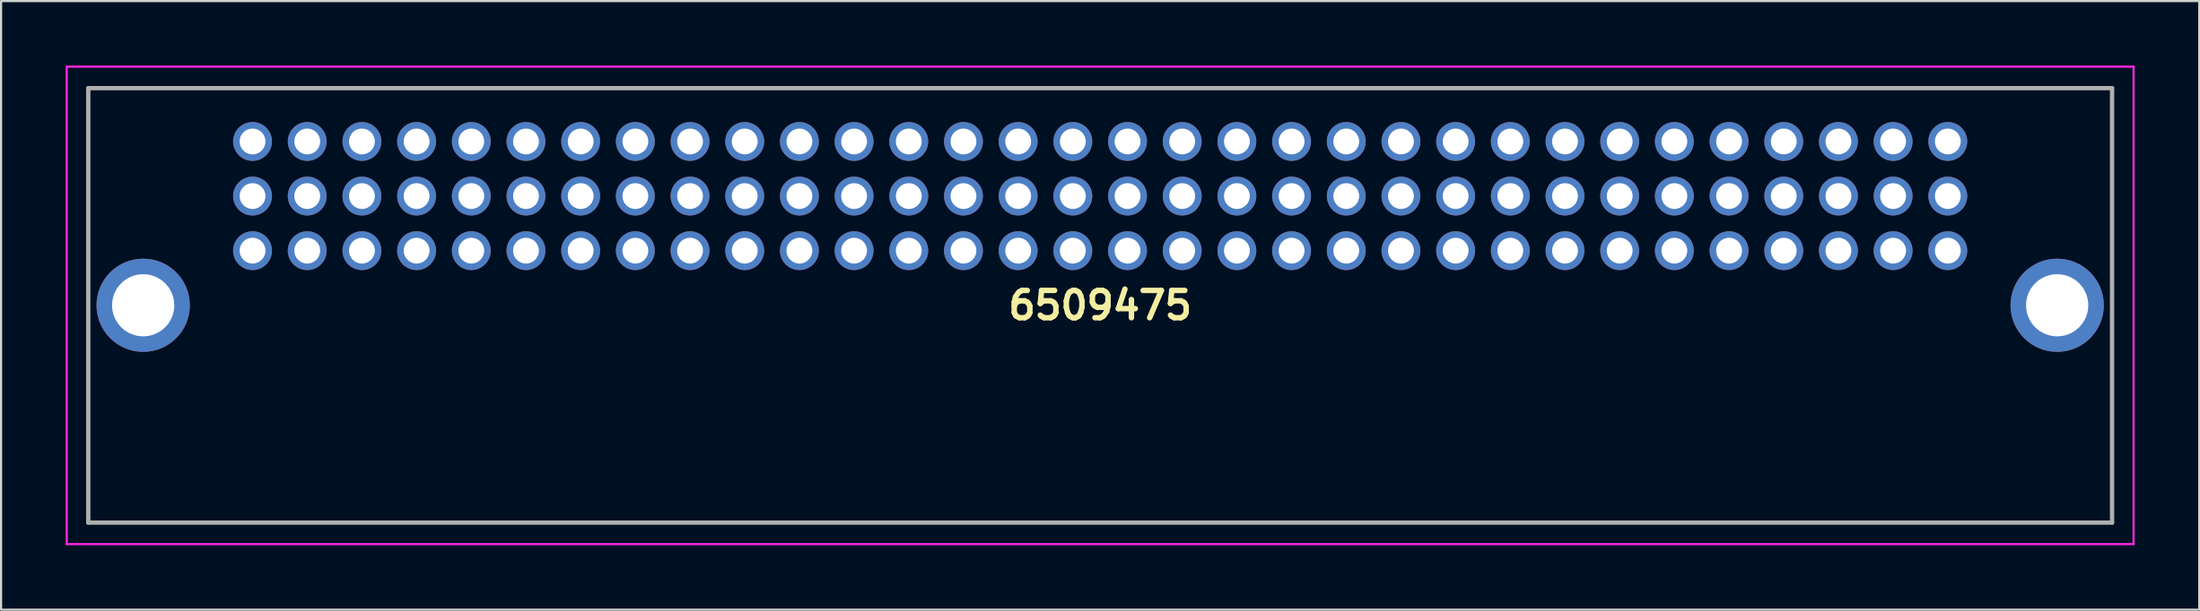
<source format=kicad_pcb>
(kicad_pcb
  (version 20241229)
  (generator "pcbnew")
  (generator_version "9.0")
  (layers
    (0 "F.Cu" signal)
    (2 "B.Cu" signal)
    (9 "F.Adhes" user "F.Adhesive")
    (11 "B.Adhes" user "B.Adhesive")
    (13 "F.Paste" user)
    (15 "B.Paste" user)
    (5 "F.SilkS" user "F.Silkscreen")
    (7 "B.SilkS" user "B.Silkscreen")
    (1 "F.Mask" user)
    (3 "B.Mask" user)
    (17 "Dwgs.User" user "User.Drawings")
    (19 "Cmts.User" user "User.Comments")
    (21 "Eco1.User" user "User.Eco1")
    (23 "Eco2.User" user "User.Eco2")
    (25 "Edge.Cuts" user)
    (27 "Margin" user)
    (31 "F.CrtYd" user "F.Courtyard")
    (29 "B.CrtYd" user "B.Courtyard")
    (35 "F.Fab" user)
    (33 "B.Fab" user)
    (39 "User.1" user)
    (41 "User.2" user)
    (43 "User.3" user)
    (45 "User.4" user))
  (footprint "6509475"
    (layer "F.Cu")
    (at 87.42 8.61)
    (property "Reference" "6509475" (at -39.37 2.545 0) (layer "F.SilkS") (effects (font (size 1.27 1.27) (thickness 0.254))))
    (attr through_hole)
    (fp_line (start -86.37 -7.56) (end 7.63 -7.56) (stroke (width 0.1) (type solid)) (layer "F.SilkS"))
    (fp_line (start -86.37 12.65) (end -86.37 -7.56) (stroke (width 0.1) (type solid)) (layer "F.SilkS"))
    (fp_line (start 7.63 -7.56) (end 7.63 12.65) (stroke (width 0.1) (type solid)) (layer "F.SilkS"))
    (fp_line (start 7.63 12.65) (end -86.37 12.65) (stroke (width 0.1) (type solid)) (layer "F.SilkS"))
    (fp_line (start -87.37 -8.56) (end 8.63 -8.56) (stroke (width 0.1) (type solid)) (layer "F.CrtYd"))
    (fp_line (start -87.37 13.65) (end -87.37 -8.56) (stroke (width 0.1) (type solid)) (layer "F.CrtYd"))
    (fp_line (start 8.63 -8.56) (end 8.63 13.65) (stroke (width 0.1) (type solid)) (layer "F.CrtYd"))
    (fp_line (start 8.63 13.65) (end -87.37 13.65) (stroke (width 0.1) (type solid)) (layer "F.CrtYd"))
    (fp_line (start -86.37 -7.56) (end 7.63 -7.56) (stroke (width 0.2) (type solid)) (layer "F.Fab"))
    (fp_line (start -86.37 12.65) (end -86.37 -7.56) (stroke (width 0.2) (type solid)) (layer "F.Fab"))
    (fp_line (start 7.63 -7.56) (end 7.63 12.65) (stroke (width 0.2) (type solid)) (layer "F.Fab"))
    (fp_line (start 7.63 12.65) (end -86.37 12.65) (stroke (width 0.2) (type solid)) (layer "F.Fab"))
    (pad "A1" thru_hole circle (at 0 0) (size 1.805 1.805) (drill 1.2) (layers "*.Cu" "*.Mask"))
    (pad "A2" thru_hole circle (at -2.54 0) (size 1.805 1.805) (drill 1.2) (layers "*.Cu" "*.Mask"))
    (pad "A3" thru_hole circle (at -5.08 0) (size 1.805 1.805) (drill 1.2) (layers "*.Cu" "*.Mask"))
    (pad "A4" thru_hole circle (at -7.62 0) (size 1.805 1.805) (drill 1.2) (layers "*.Cu" "*.Mask"))
    (pad "A5" thru_hole circle (at -10.16 0) (size 1.805 1.805) (drill 1.2) (layers "*.Cu" "*.Mask"))
    (pad "A6" thru_hole circle (at -12.7 0) (size 1.805 1.805) (drill 1.2) (layers "*.Cu" "*.Mask"))
    (pad "A7" thru_hole circle (at -15.24 0) (size 1.805 1.805) (drill 1.2) (layers "*.Cu" "*.Mask"))
    (pad "A8" thru_hole circle (at -17.78 0) (size 1.805 1.805) (drill 1.2) (layers "*.Cu" "*.Mask"))
    (pad "A9" thru_hole circle (at -20.32 0) (size 1.805 1.805) (drill 1.2) (layers "*.Cu" "*.Mask"))
    (pad "A10" thru_hole circle (at -22.86 0) (size 1.805 1.805) (drill 1.2) (layers "*.Cu" "*.Mask"))
    (pad "A11" thru_hole circle (at -25.4 0) (size 1.805 1.805) (drill 1.2) (layers "*.Cu" "*.Mask"))
    (pad "A12" thru_hole circle (at -27.94 0) (size 1.805 1.805) (drill 1.2) (layers "*.Cu" "*.Mask"))
    (pad "A13" thru_hole circle (at -30.48 0) (size 1.805 1.805) (drill 1.2) (layers "*.Cu" "*.Mask"))
    (pad "A14" thru_hole circle (at -33.02 0) (size 1.805 1.805) (drill 1.2) (layers "*.Cu" "*.Mask"))
    (pad "A15" thru_hole circle (at -35.56 0) (size 1.805 1.805) (drill 1.2) (layers "*.Cu" "*.Mask"))
    (pad "A16" thru_hole circle (at -38.1 0) (size 1.805 1.805) (drill 1.2) (layers "*.Cu" "*.Mask"))
    (pad "A17" thru_hole circle (at -40.64 0) (size 1.805 1.805) (drill 1.2) (layers "*.Cu" "*.Mask"))
    (pad "A18" thru_hole circle (at -43.18 0) (size 1.805 1.805) (drill 1.2) (layers "*.Cu" "*.Mask"))
    (pad "A19" thru_hole circle (at -45.72 0) (size 1.805 1.805) (drill 1.2) (layers "*.Cu" "*.Mask"))
    (pad "A20" thru_hole circle (at -48.26 0) (size 1.805 1.805) (drill 1.2) (layers "*.Cu" "*.Mask"))
    (pad "A21" thru_hole circle (at -50.8 0) (size 1.805 1.805) (drill 1.2) (layers "*.Cu" "*.Mask"))
    (pad "A22" thru_hole circle (at -53.34 0) (size 1.805 1.805) (drill 1.2) (layers "*.Cu" "*.Mask"))
    (pad "A23" thru_hole circle (at -55.88 0) (size 1.805 1.805) (drill 1.2) (layers "*.Cu" "*.Mask"))
    (pad "A24" thru_hole circle (at -58.42 0) (size 1.805 1.805) (drill 1.2) (layers "*.Cu" "*.Mask"))
    (pad "A25" thru_hole circle (at -60.96 0) (size 1.805 1.805) (drill 1.2) (layers "*.Cu" "*.Mask"))
    (pad "A26" thru_hole circle (at -63.5 0) (size 1.805 1.805) (drill 1.2) (layers "*.Cu" "*.Mask"))
    (pad "A27" thru_hole circle (at -66.04 0) (size 1.805 1.805) (drill 1.2) (layers "*.Cu" "*.Mask"))
    (pad "A28" thru_hole circle (at -68.58 0) (size 1.805 1.805) (drill 1.2) (layers "*.Cu" "*.Mask"))
    (pad "A29" thru_hole circle (at -71.12 0) (size 1.805 1.805) (drill 1.2) (layers "*.Cu" "*.Mask"))
    (pad "A30" thru_hole circle (at -73.66 0) (size 1.805 1.805) (drill 1.2) (layers "*.Cu" "*.Mask"))
    (pad "A31" thru_hole circle (at -76.2 0) (size 1.805 1.805) (drill 1.2) (layers "*.Cu" "*.Mask"))
    (pad "A32" thru_hole circle (at -78.74 0) (size 1.805 1.805) (drill 1.2) (layers "*.Cu" "*.Mask"))
    (pad "B1" thru_hole circle (at 0 -2.54) (size 1.805 1.805) (drill 1.2) (layers "*.Cu" "*.Mask"))
    (pad "B2" thru_hole circle (at -2.54 -2.54) (size 1.805 1.805) (drill 1.2) (layers "*.Cu" "*.Mask"))
    (pad "B3" thru_hole circle (at -5.08 -2.54) (size 1.805 1.805) (drill 1.2) (layers "*.Cu" "*.Mask"))
    (pad "B4" thru_hole circle (at -7.62 -2.54) (size 1.805 1.805) (drill 1.2) (layers "*.Cu" "*.Mask"))
    (pad "B5" thru_hole circle (at -10.16 -2.54) (size 1.805 1.805) (drill 1.2) (layers "*.Cu" "*.Mask"))
    (pad "B6" thru_hole circle (at -12.7 -2.54) (size 1.805 1.805) (drill 1.2) (layers "*.Cu" "*.Mask"))
    (pad "B7" thru_hole circle (at -15.24 -2.54) (size 1.805 1.805) (drill 1.2) (layers "*.Cu" "*.Mask"))
    (pad "B8" thru_hole circle (at -17.78 -2.54) (size 1.805 1.805) (drill 1.2) (layers "*.Cu" "*.Mask"))
    (pad "B9" thru_hole circle (at -20.32 -2.54) (size 1.805 1.805) (drill 1.2) (layers "*.Cu" "*.Mask"))
    (pad "B10" thru_hole circle (at -22.86 -2.54) (size 1.805 1.805) (drill 1.2) (layers "*.Cu" "*.Mask"))
    (pad "B11" thru_hole circle (at -25.4 -2.54) (size 1.805 1.805) (drill 1.2) (layers "*.Cu" "*.Mask"))
    (pad "B12" thru_hole circle (at -27.94 -2.54) (size 1.805 1.805) (drill 1.2) (layers "*.Cu" "*.Mask"))
    (pad "B13" thru_hole circle (at -30.48 -2.54) (size 1.805 1.805) (drill 1.2) (layers "*.Cu" "*.Mask"))
    (pad "B14" thru_hole circle (at -33.02 -2.54) (size 1.805 1.805) (drill 1.2) (layers "*.Cu" "*.Mask"))
    (pad "B15" thru_hole circle (at -35.56 -2.54) (size 1.805 1.805) (drill 1.2) (layers "*.Cu" "*.Mask"))
    (pad "B16" thru_hole circle (at -38.1 -2.54) (size 1.805 1.805) (drill 1.2) (layers "*.Cu" "*.Mask"))
    (pad "B17" thru_hole circle (at -40.64 -2.54) (size 1.805 1.805) (drill 1.2) (layers "*.Cu" "*.Mask"))
    (pad "B18" thru_hole circle (at -43.18 -2.54) (size 1.805 1.805) (drill 1.2) (layers "*.Cu" "*.Mask"))
    (pad "B19" thru_hole circle (at -45.72 -2.54) (size 1.805 1.805) (drill 1.2) (layers "*.Cu" "*.Mask"))
    (pad "B20" thru_hole circle (at -48.26 -2.54) (size 1.805 1.805) (drill 1.2) (layers "*.Cu" "*.Mask"))
    (pad "B21" thru_hole circle (at -50.8 -2.54) (size 1.805 1.805) (drill 1.2) (layers "*.Cu" "*.Mask"))
    (pad "B22" thru_hole circle (at -53.34 -2.54) (size 1.805 1.805) (drill 1.2) (layers "*.Cu" "*.Mask"))
    (pad "B23" thru_hole circle (at -55.88 -2.54) (size 1.805 1.805) (drill 1.2) (layers "*.Cu" "*.Mask"))
    (pad "B24" thru_hole circle (at -58.42 -2.54) (size 1.805 1.805) (drill 1.2) (layers "*.Cu" "*.Mask"))
    (pad "B25" thru_hole circle (at -60.96 -2.54) (size 1.805 1.805) (drill 1.2) (layers "*.Cu" "*.Mask"))
    (pad "B26" thru_hole circle (at -63.5 -2.54) (size 1.805 1.805) (drill 1.2) (layers "*.Cu" "*.Mask"))
    (pad "B27" thru_hole circle (at -66.04 -2.54) (size 1.805 1.805) (drill 1.2) (layers "*.Cu" "*.Mask"))
    (pad "B28" thru_hole circle (at -68.58 -2.54) (size 1.805 1.805) (drill 1.2) (layers "*.Cu" "*.Mask"))
    (pad "B29" thru_hole circle (at -71.12 -2.54) (size 1.805 1.805) (drill 1.2) (layers "*.Cu" "*.Mask"))
    (pad "B30" thru_hole circle (at -73.66 -2.54) (size 1.805 1.805) (drill 1.2) (layers "*.Cu" "*.Mask"))
    (pad "B31" thru_hole circle (at -76.2 -2.54) (size 1.805 1.805) (drill 1.2) (layers "*.Cu" "*.Mask"))
    (pad "B32" thru_hole circle (at -78.74 -2.54) (size 1.805 1.805) (drill 1.2) (layers "*.Cu" "*.Mask"))
    (pad "C1" thru_hole circle (at 0 -5.08) (size 1.805 1.805) (drill 1.2) (layers "*.Cu" "*.Mask"))
    (pad "C2" thru_hole circle (at -2.54 -5.08) (size 1.805 1.805) (drill 1.2) (layers "*.Cu" "*.Mask"))
    (pad "C3" thru_hole circle (at -5.08 -5.08) (size 1.805 1.805) (drill 1.2) (layers "*.Cu" "*.Mask"))
    (pad "C4" thru_hole circle (at -7.62 -5.08) (size 1.805 1.805) (drill 1.2) (layers "*.Cu" "*.Mask"))
    (pad "C5" thru_hole circle (at -10.16 -5.08) (size 1.805 1.805) (drill 1.2) (layers "*.Cu" "*.Mask"))
    (pad "C6" thru_hole circle (at -12.7 -5.08) (size 1.805 1.805) (drill 1.2) (layers "*.Cu" "*.Mask"))
    (pad "C7" thru_hole circle (at -15.24 -5.08) (size 1.805 1.805) (drill 1.2) (layers "*.Cu" "*.Mask"))
    (pad "C8" thru_hole circle (at -17.78 -5.08) (size 1.805 1.805) (drill 1.2) (layers "*.Cu" "*.Mask"))
    (pad "C9" thru_hole circle (at -20.32 -5.08) (size 1.805 1.805) (drill 1.2) (layers "*.Cu" "*.Mask"))
    (pad "C10" thru_hole circle (at -22.86 -5.08) (size 1.805 1.805) (drill 1.2) (layers "*.Cu" "*.Mask"))
    (pad "C11" thru_hole circle (at -25.4 -5.08) (size 1.805 1.805) (drill 1.2) (layers "*.Cu" "*.Mask"))
    (pad "C12" thru_hole circle (at -27.94 -5.08) (size 1.805 1.805) (drill 1.2) (layers "*.Cu" "*.Mask"))
    (pad "C13" thru_hole circle (at -30.48 -5.08) (size 1.805 1.805) (drill 1.2) (layers "*.Cu" "*.Mask"))
    (pad "C14" thru_hole circle (at -33.02 -5.08) (size 1.805 1.805) (drill 1.2) (layers "*.Cu" "*.Mask"))
    (pad "C15" thru_hole circle (at -35.56 -5.08) (size 1.805 1.805) (drill 1.2) (layers "*.Cu" "*.Mask"))
    (pad "C16" thru_hole circle (at -38.1 -5.08) (size 1.805 1.805) (drill 1.2) (layers "*.Cu" "*.Mask"))
    (pad "C17" thru_hole circle (at -40.64 -5.08) (size 1.805 1.805) (drill 1.2) (layers "*.Cu" "*.Mask"))
    (pad "C18" thru_hole circle (at -43.18 -5.08) (size 1.805 1.805) (drill 1.2) (layers "*.Cu" "*.Mask"))
    (pad "C19" thru_hole circle (at -45.72 -5.08) (size 1.805 1.805) (drill 1.2) (layers "*.Cu" "*.Mask"))
    (pad "C20" thru_hole circle (at -48.26 -5.08) (size 1.805 1.805) (drill 1.2) (layers "*.Cu" "*.Mask"))
    (pad "C21" thru_hole circle (at -50.8 -5.08) (size 1.805 1.805) (drill 1.2) (layers "*.Cu" "*.Mask"))
    (pad "C22" thru_hole circle (at -53.34 -5.08) (size 1.805 1.805) (drill 1.2) (layers "*.Cu" "*.Mask"))
    (pad "C23" thru_hole circle (at -55.88 -5.08) (size 1.805 1.805) (drill 1.2) (layers "*.Cu" "*.Mask"))
    (pad "C24" thru_hole circle (at -58.42 -5.08) (size 1.805 1.805) (drill 1.2) (layers "*.Cu" "*.Mask"))
    (pad "C25" thru_hole circle (at -60.96 -5.08) (size 1.805 1.805) (drill 1.2) (layers "*.Cu" "*.Mask"))
    (pad "C26" thru_hole circle (at -63.5 -5.08) (size 1.805 1.805) (drill 1.2) (layers "*.Cu" "*.Mask"))
    (pad "C27" thru_hole circle (at -66.04 -5.08) (size 1.805 1.805) (drill 1.2) (layers "*.Cu" "*.Mask"))
    (pad "C28" thru_hole circle (at -68.58 -5.08) (size 1.805 1.805) (drill 1.2) (layers "*.Cu" "*.Mask"))
    (pad "C29" thru_hole circle (at -71.12 -5.08) (size 1.805 1.805) (drill 1.2) (layers "*.Cu" "*.Mask"))
    (pad "C30" thru_hole circle (at -73.66 -5.08) (size 1.805 1.805) (drill 1.2) (layers "*.Cu" "*.Mask"))
    (pad "C31" thru_hole circle (at -76.2 -5.08) (size 1.805 1.805) (drill 1.2) (layers "*.Cu" "*.Mask"))
    (pad "C32" thru_hole circle (at -78.74 -5.08) (size 1.805 1.805) (drill 1.2) (layers "*.Cu" "*.Mask"))
    (pad "MH1" thru_hole circle (at 5.08 2.54) (size 4.335 4.335) (drill 2.89) (layers "*.Cu" "*.Mask"))
    (pad "MH2" thru_hole circle (at -83.82 2.54) (size 4.335 4.335) (drill 2.89) (layers "*.Cu" "*.Mask")))
  (gr_rect
    (start -3 -3)
    (end 99.1 25.31)
    (stroke (width 0.1) (type default))
    (fill no)
    (layer "Edge.Cuts")))
</source>
